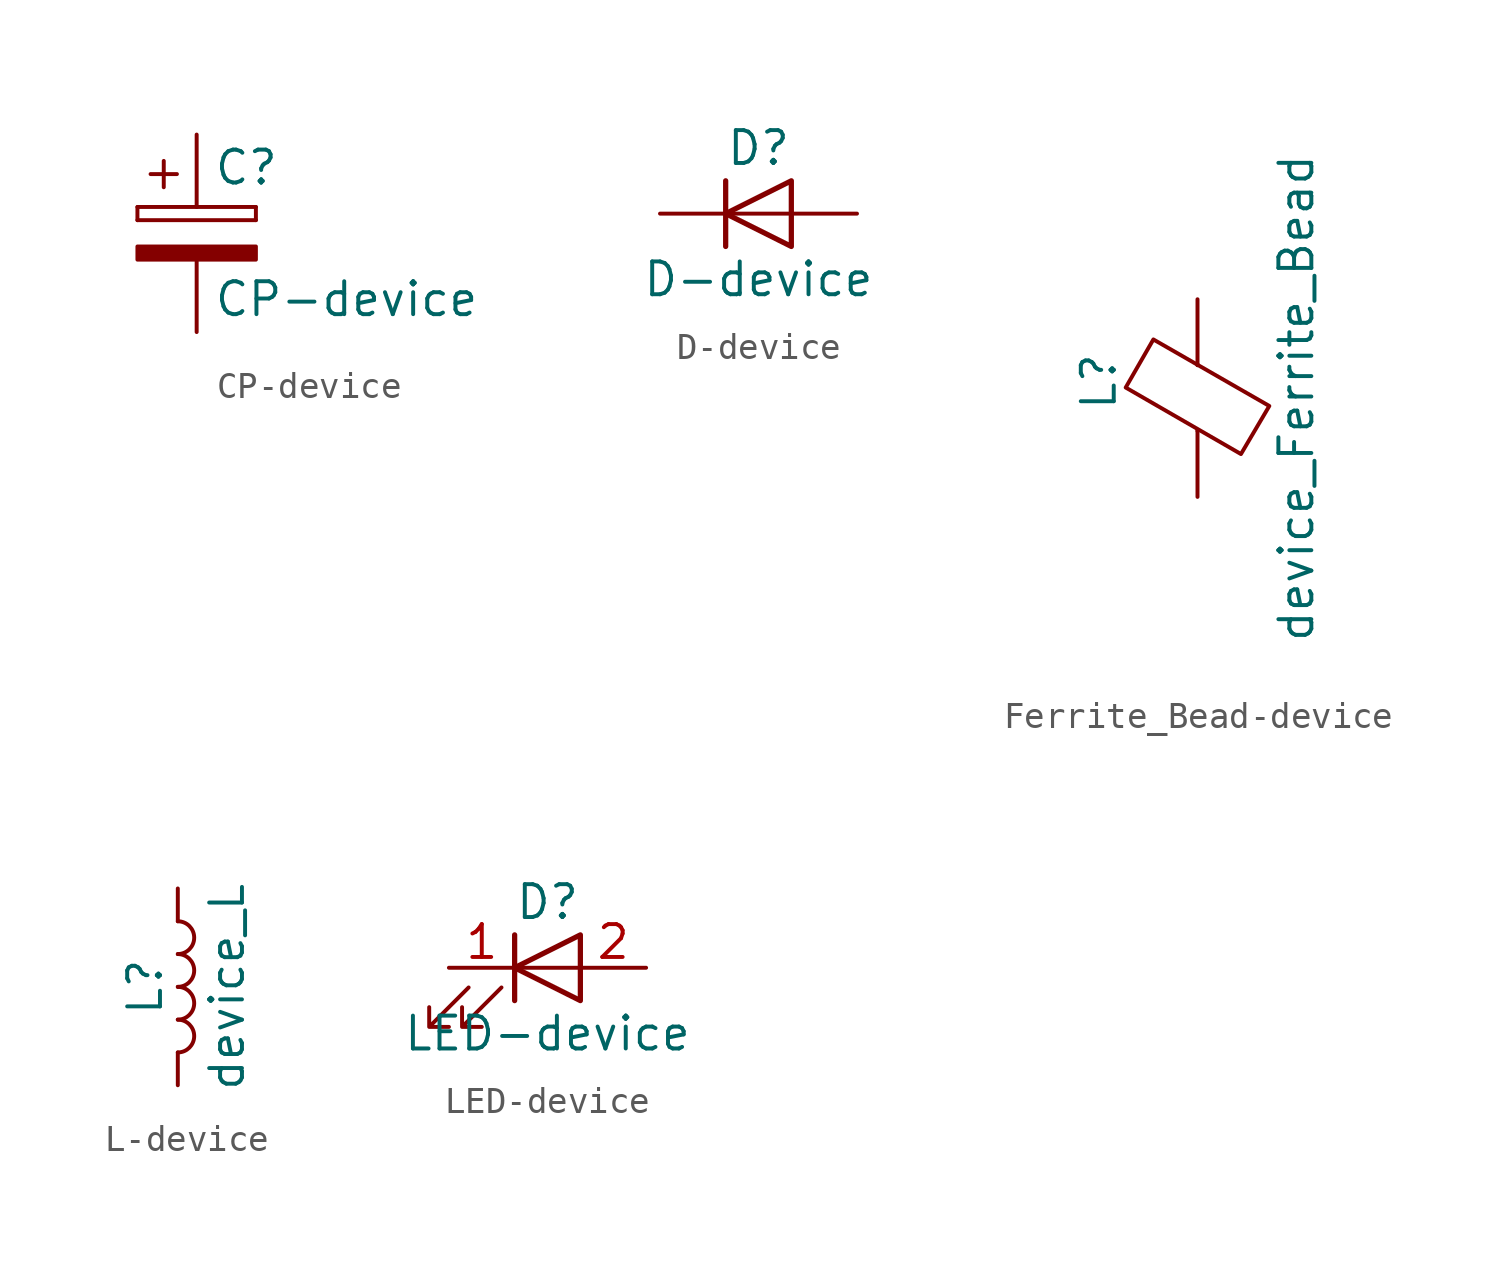
<source format=kicad_sym>
(kicad_symbol_lib
  (version 20220914)
  (generator kicad_symbol_editor)
  (symbol "CP-device"
    (pin_numbers hide)
    (pin_names
      (offset 0.254))
    (property "Reference" "C"
      (at 0.635 2.54 0)
      (effects (font (size 1.27 1.27)) (justify left)))
    (property "Value" "CP-device"
      (at 0.635 -2.54 0)
      (effects (font (size 1.27 1.27)) (justify left)))
    (symbol "CP-device_0_1"
      (rectangle (start -2.286 0.508) (end -2.286 1.016) (stroke (width 0) (type solid)) (fill (type none)))
      (rectangle (start -2.286 0.508) (end 2.286 0.508) (stroke (width 0) (type solid)) (fill (type none)))
      (polyline (pts (xy -1.778 2.286) (xy -0.762 2.286)) (stroke (width 0) (type solid)) (fill (type none)))
      (polyline (pts (xy -1.27 2.794) (xy -1.27 1.778)) (stroke (width 0) (type solid)) (fill (type none)))
      (rectangle (start 2.286 -0.508) (end -2.286 -1.016) (stroke (width 0) (type solid)) (fill (type outline)))
      (rectangle (start 2.286 1.016) (end -2.286 1.016) (stroke (width 0) (type solid)) (fill (type none)))
      (rectangle (start 2.286 1.016) (end 2.286 0.508) (stroke (width 0) (type solid)) (fill (type none))))
    (symbol "CP-device_1_1"
      (pin passive line (at 0 3.81 270) (length 2.794) (name "~" (effects (font (size 1.27 1.27)))) (number "1" (effects (font (size 1.27 1.27)))))
      (pin passive line (at 0 -3.81 90) (length 2.794) (name "~" (effects (font (size 1.27 1.27)))) (number "2" (effects (font (size 1.27 1.27)))))))
  (symbol "D-device"
    (pin_numbers hide)
    (pin_names
      (offset 1.016) hide)
    (property "Reference" "D"
      (at 0 2.54 0)
      (effects (font (size 1.27 1.27))))
    (property "Value" "D-device"
      (at 0 -2.54 0)
      (effects (font (size 1.27 1.27))))
    (symbol "D-device_0_1"
      (polyline (pts (xy -1.27 1.27) (xy -1.27 -1.27)) (stroke (width 0.203) (type solid)) (fill (type none)))
      (polyline (pts (xy 1.27 0) (xy -1.27 0)) (stroke (width 0) (type solid)) (fill (type none)))
      (polyline (pts (xy 1.27 1.27) (xy 1.27 -1.27) (xy -1.27 0) (xy 1.27 1.27)) (stroke (width 0.203) (type solid)) (fill (type none))))
    (symbol "D-device_1_1"
      (pin passive line (at -3.81 0 0) (length 2.54) (name "K" (effects (font (size 1.27 1.27)))) (number "1" (effects (font (size 1.27 1.27)))))
      (pin passive line (at 3.81 0 180) (length 2.54) (name "A" (effects (font (size 1.27 1.27)))) (number "2" (effects (font (size 1.27 1.27)))))))
  (symbol "Ferrite_Bead-device"
    (pin_numbers hide)
    (pin_names
      (offset 0))
    (property "Reference" "L"
      (at -3.81 0.635 90)
      (effects (font (size 1.27 1.27))))
    (property "Value" "device_Ferrite_Bead"
      (at 3.81 0 90)
      (effects (font (size 1.27 1.27))))
    (symbol "Ferrite_Bead-device_0_1"
      (polyline (pts (xy 0 -1.27) (xy 0 -1.219)) (stroke (width 0) (type solid)) (fill (type none)))
      (polyline (pts (xy 0 1.27) (xy 0 1.295)) (stroke (width 0) (type solid)) (fill (type none)))
      (polyline (pts (xy -2.769 0.406) (xy -1.702 2.261) (xy 2.769 -0.305) (xy 1.676 -2.159) (xy -2.769 0.406)) (stroke (width 0) (type solid)) (fill (type none))))
    (symbol "Ferrite_Bead-device_1_1"
      (pin passive line (at 0 3.81 270) (length 2.54) (name "~" (effects (font (size 1.27 1.27)))) (number "1" (effects (font (size 1.27 1.27)))))
      (pin passive line (at 0 -3.81 90) (length 2.54) (name "~" (effects (font (size 1.27 1.27)))) (number "2" (effects (font (size 1.27 1.27)))))))
  (symbol "L-device"
    (pin_numbers hide)
    (pin_names
      (offset 1.016) hide)
    (property "Reference" "L"
      (at -1.27 0 90)
      (effects (font (size 1.27 1.27))))
    (property "Value" "device_L"
      (at 1.905 0 90)
      (effects (font (size 1.27 1.27))))
    (symbol "L-device_0_1"
      (arc (start 0 -2.54) (mid 0.6323 -1.905) (end 0 -1.27) (stroke (width 0) (type solid)) (fill (type none)))
      (arc (start 0 -1.27) (mid 0.6323 -0.635) (end 0 0) (stroke (width 0) (type solid)) (fill (type none)))
      (arc (start 0 0) (mid 0.6323 0.635) (end 0 1.27) (stroke (width 0) (type solid)) (fill (type none)))
      (arc (start 0 1.27) (mid 0.6323 1.905) (end 0 2.54) (stroke (width 0) (type solid)) (fill (type none))))
    (symbol "L-device_1_1"
      (pin passive line (at 0 3.81 270) (length 1.27) (name "1" (effects (font (size 1.27 1.27)))) (number "1" (effects (font (size 1.27 1.27)))))
      (pin passive line (at 0 -3.81 90) (length 1.27) (name "2" (effects (font (size 1.27 1.27)))) (number "2" (effects (font (size 1.27 1.27)))))))
  (symbol "LED-device"
    (pin_names
      (offset 1.016) hide)
    (property "Reference" "D"
      (at 0 2.54 0)
      (effects (font (size 1.27 1.27))))
    (property "Value" "LED-device"
      (at 0 -2.54 0)
      (effects (font (size 1.27 1.27))))
    (symbol "LED-device_0_1"
      (polyline (pts (xy -1.27 -1.27) (xy -1.27 1.27)) (stroke (width 0.203) (type solid)) (fill (type none)))
      (polyline (pts (xy -1.27 0) (xy 1.27 0)) (stroke (width 0) (type solid)) (fill (type none)))
      (polyline (pts (xy 1.27 -1.27) (xy 1.27 1.27) (xy -1.27 0) (xy 1.27 -1.27)) (stroke (width 0.203) (type solid)) (fill (type none)))
      (polyline (pts (xy -3.048 -0.762) (xy -4.572 -2.286) (xy -3.81 -2.286) (xy -4.572 -2.286) (xy -4.572 -1.524)) (stroke (width 0) (type solid)) (fill (type none)))
      (polyline (pts (xy -1.778 -0.762) (xy -3.302 -2.286) (xy -2.54 -2.286) (xy -3.302 -2.286) (xy -3.302 -1.524)) (stroke (width 0) (type solid)) (fill (type none))))
    (symbol "LED-device_1_1"
      (pin passive line (at -3.81 0 0) (length 2.54) (name "K" (effects (font (size 1.27 1.27)))) (number "1" (effects (font (size 1.27 1.27)))))
      (pin passive line (at 3.81 0 180) (length 2.54) (name "A" (effects (font (size 1.27 1.27)))) (number "2" (effects (font (size 1.27 1.27))))))))
</source>
